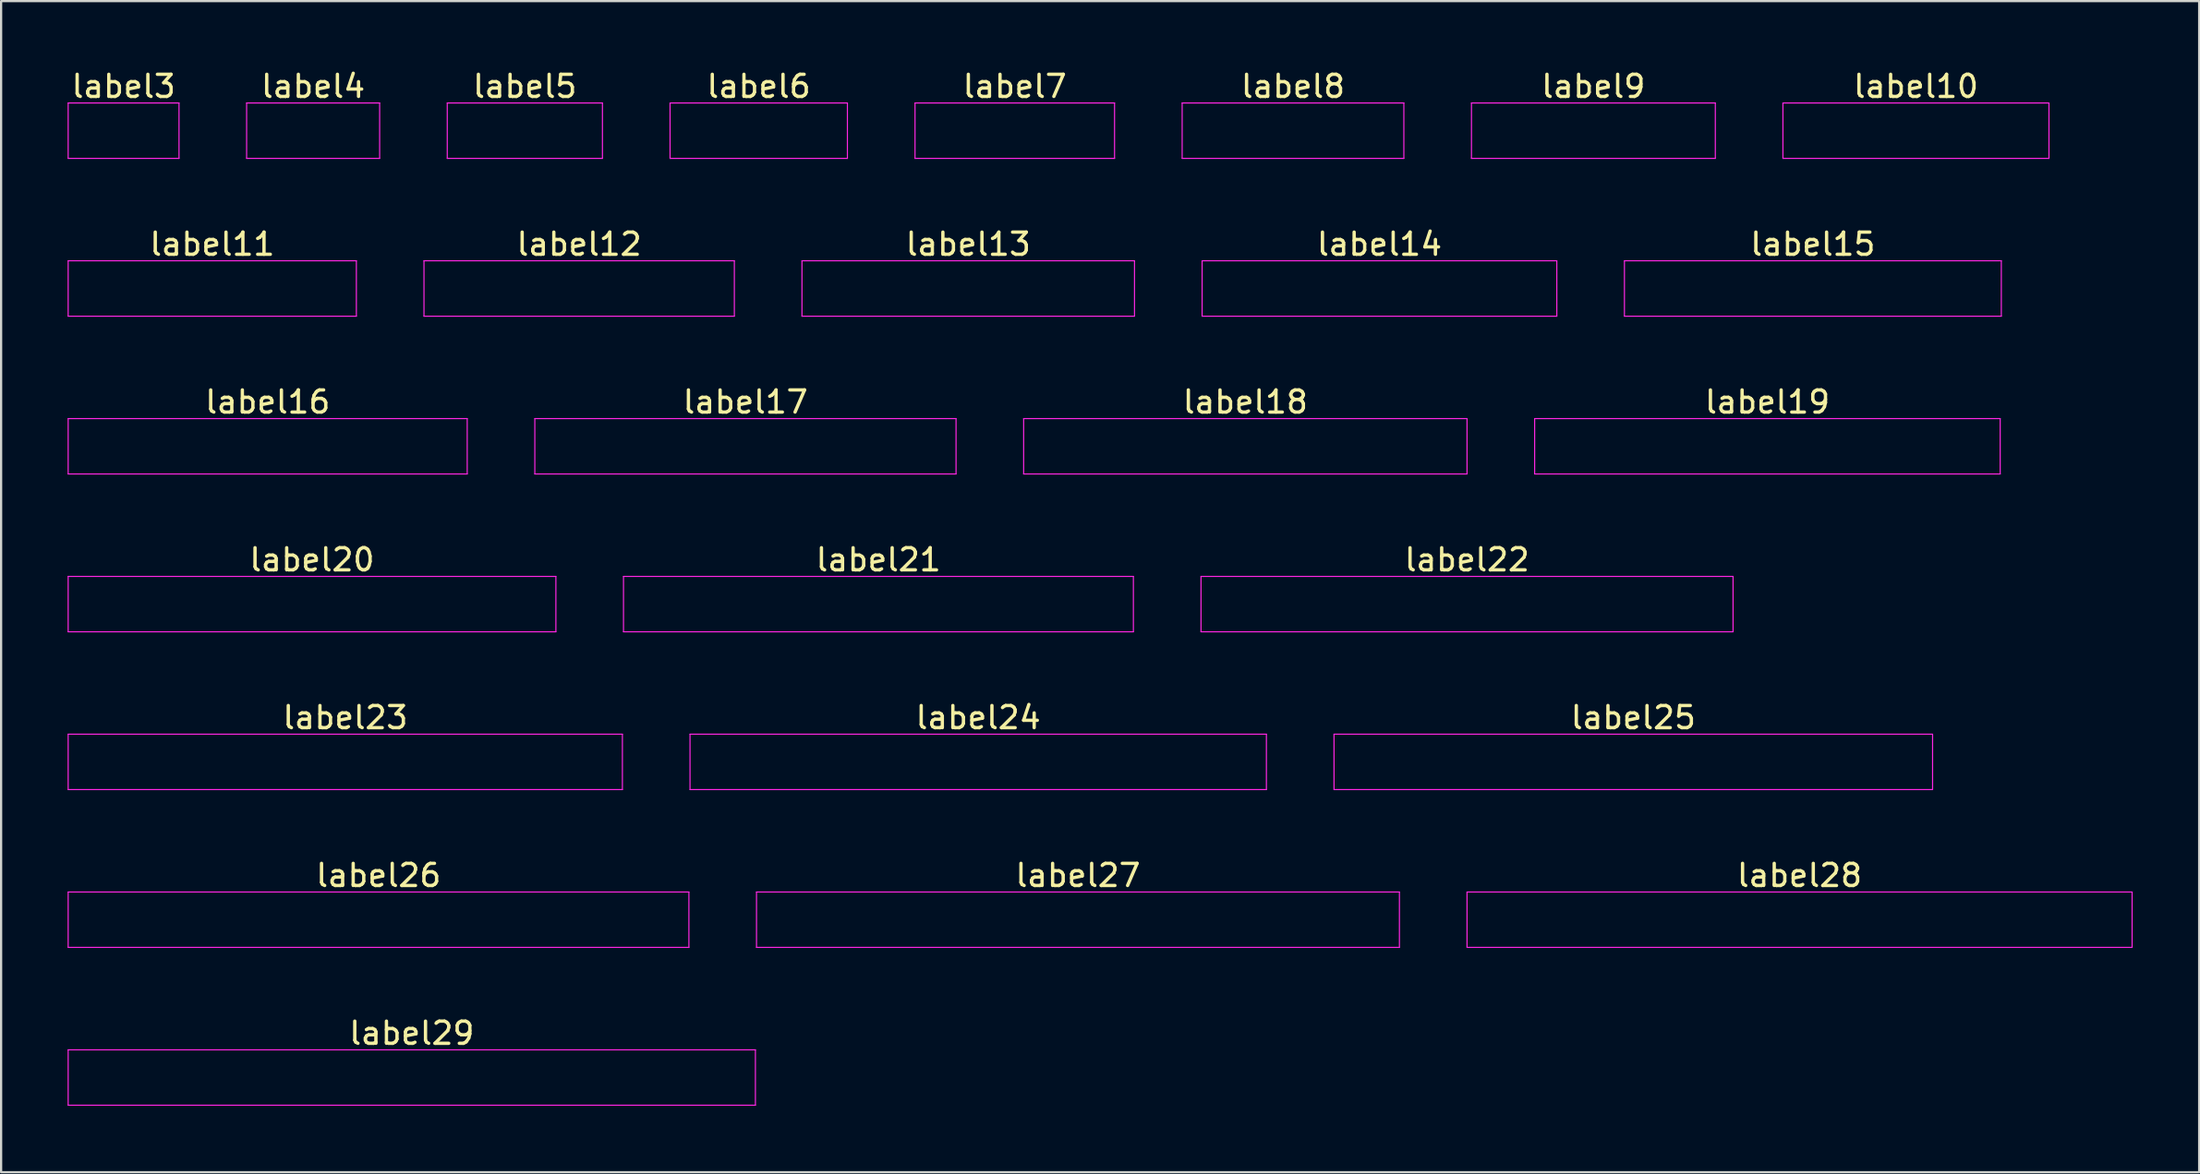
<source format=kicad_pcb>
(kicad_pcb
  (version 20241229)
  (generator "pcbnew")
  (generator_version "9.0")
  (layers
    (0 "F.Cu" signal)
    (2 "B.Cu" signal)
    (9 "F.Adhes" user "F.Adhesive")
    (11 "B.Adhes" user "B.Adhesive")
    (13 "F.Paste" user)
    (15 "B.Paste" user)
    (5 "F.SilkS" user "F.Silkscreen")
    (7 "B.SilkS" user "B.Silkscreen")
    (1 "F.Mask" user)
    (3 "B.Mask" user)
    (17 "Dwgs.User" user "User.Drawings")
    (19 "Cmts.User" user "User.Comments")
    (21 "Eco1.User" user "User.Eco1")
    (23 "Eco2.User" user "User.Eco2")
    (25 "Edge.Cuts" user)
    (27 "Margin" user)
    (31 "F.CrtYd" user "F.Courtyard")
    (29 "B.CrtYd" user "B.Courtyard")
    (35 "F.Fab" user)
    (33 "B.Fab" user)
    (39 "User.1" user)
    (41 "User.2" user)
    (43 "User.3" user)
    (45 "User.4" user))
  (footprint "label7"
    (layer "F.Cu")
    (at 42.725 2.848)
    (property "Reference" "label7" (at 0 -2 0) (layer "F.SilkS") (effects (font (size 1 1) (thickness 0.15))))
    (attr through_hole)
    (fp_line (start -4.5 -1.25) (end -4.5 1.25) (stroke (width 0.05) (type solid)) (layer "F.CrtYd"))
    (fp_line (start -4.5 1.25) (end 4.5 1.25) (stroke (width 0.05) (type solid)) (layer "F.CrtYd"))
    (fp_line (start 4.5 -1.25) (end -4.5 -1.25) (stroke (width 0.05) (type solid)) (layer "F.CrtYd"))
    (fp_line (start 4.5 1.25) (end 4.5 -1.25) (stroke (width 0.05) (type solid)) (layer "F.CrtYd")))
  (footprint "label18"
    (layer "F.Cu")
    (at 53.125 17.095)
    (property "Reference" "label18" (at 0 -2 0) (layer "F.SilkS") (effects (font (size 1 1) (thickness 0.15))))
    (attr through_hole)
    (fp_line (start -10 -1.25) (end -10 1.25) (stroke (width 0.05) (type solid)) (layer "F.CrtYd"))
    (fp_line (start -10 1.25) (end 10 1.25) (stroke (width 0.05) (type solid)) (layer "F.CrtYd"))
    (fp_line (start 10 -1.25) (end -10 -1.25) (stroke (width 0.05) (type solid)) (layer "F.CrtYd"))
    (fp_line (start 10 1.25) (end 10 -1.25) (stroke (width 0.05) (type solid)) (layer "F.CrtYd")))
  (footprint "label21"
    (layer "F.Cu")
    (at 36.575 24.218)
    (property "Reference" "label21" (at 0 -2 0) (layer "F.SilkS") (effects (font (size 1 1) (thickness 0.15))))
    (attr through_hole)
    (fp_line (start -11.5 -1.25) (end -11.5 1.25) (stroke (width 0.05) (type solid)) (layer "F.CrtYd"))
    (fp_line (start -11.5 1.25) (end 11.5 1.25) (stroke (width 0.05) (type solid)) (layer "F.CrtYd"))
    (fp_line (start 11.5 -1.25) (end -11.5 -1.25) (stroke (width 0.05) (type solid)) (layer "F.CrtYd"))
    (fp_line (start 11.5 1.25) (end 11.5 -1.25) (stroke (width 0.05) (type solid)) (layer "F.CrtYd")))
  (footprint "label13"
    (layer "F.Cu")
    (at 40.625 9.972)
    (property "Reference" "label13" (at 0 -2 0) (layer "F.SilkS") (effects (font (size 1 1) (thickness 0.15))))
    (attr through_hole)
    (fp_line (start -7.5 -1.25) (end -7.5 1.25) (stroke (width 0.05) (type solid)) (layer "F.CrtYd"))
    (fp_line (start -7.5 1.25) (end 7.5 1.25) (stroke (width 0.05) (type solid)) (layer "F.CrtYd"))
    (fp_line (start 7.5 -1.25) (end -7.5 -1.25) (stroke (width 0.05) (type solid)) (layer "F.CrtYd"))
    (fp_line (start 7.5 1.25) (end 7.5 -1.25) (stroke (width 0.05) (type solid)) (layer "F.CrtYd")))
  (footprint "label11"
    (layer "F.Cu")
    (at 6.525 9.972)
    (property "Reference" "label11" (at 0 -2 0) (layer "F.SilkS") (effects (font (size 1 1) (thickness 0.15))))
    (attr through_hole)
    (fp_line (start -6.5 -1.25) (end -6.5 1.25) (stroke (width 0.05) (type solid)) (layer "F.CrtYd"))
    (fp_line (start -6.5 1.25) (end 6.5 1.25) (stroke (width 0.05) (type solid)) (layer "F.CrtYd"))
    (fp_line (start 6.5 -1.25) (end -6.5 -1.25) (stroke (width 0.05) (type solid)) (layer "F.CrtYd"))
    (fp_line (start 6.5 1.25) (end 6.5 -1.25) (stroke (width 0.05) (type solid)) (layer "F.CrtYd")))
  (footprint "label23"
    (layer "F.Cu")
    (at 12.525 31.341)
    (property "Reference" "label23" (at 0 -2 0) (layer "F.SilkS") (effects (font (size 1 1) (thickness 0.15))))
    (attr through_hole)
    (fp_line (start -12.5 -1.25) (end -12.5 1.25) (stroke (width 0.05) (type solid)) (layer "F.CrtYd"))
    (fp_line (start -12.5 1.25) (end 12.5 1.25) (stroke (width 0.05) (type solid)) (layer "F.CrtYd"))
    (fp_line (start 12.5 -1.25) (end -12.5 -1.25) (stroke (width 0.05) (type solid)) (layer "F.CrtYd"))
    (fp_line (start 12.5 1.25) (end 12.5 -1.25) (stroke (width 0.05) (type solid)) (layer "F.CrtYd")))
  (footprint "label10"
    (layer "F.Cu")
    (at 83.375 2.848)
    (property "Reference" "label10" (at 0 -2 0) (layer "F.SilkS") (effects (font (size 1 1) (thickness 0.15))))
    (attr through_hole)
    (fp_line (start -6 -1.25) (end -6 1.25) (stroke (width 0.05) (type solid)) (layer "F.CrtYd"))
    (fp_line (start -6 1.25) (end 6 1.25) (stroke (width 0.05) (type solid)) (layer "F.CrtYd"))
    (fp_line (start 6 -1.25) (end -6 -1.25) (stroke (width 0.05) (type solid)) (layer "F.CrtYd"))
    (fp_line (start 6 1.25) (end 6 -1.25) (stroke (width 0.05) (type solid)) (layer "F.CrtYd")))
  (footprint "label16"
    (layer "F.Cu")
    (at 9.025 17.095)
    (property "Reference" "label16" (at 0 -2 0) (layer "F.SilkS") (effects (font (size 1 1) (thickness 0.15))))
    (attr through_hole)
    (fp_line (start -9 -1.25) (end -9 1.25) (stroke (width 0.05) (type solid)) (layer "F.CrtYd"))
    (fp_line (start -9 1.25) (end 9 1.25) (stroke (width 0.05) (type solid)) (layer "F.CrtYd"))
    (fp_line (start 9 -1.25) (end -9 -1.25) (stroke (width 0.05) (type solid)) (layer "F.CrtYd"))
    (fp_line (start 9 1.25) (end 9 -1.25) (stroke (width 0.05) (type solid)) (layer "F.CrtYd")))
  (footprint "label19"
    (layer "F.Cu")
    (at 76.675 17.095)
    (property "Reference" "label19" (at 0 -2 0) (layer "F.SilkS") (effects (font (size 1 1) (thickness 0.15))))
    (attr through_hole)
    (fp_line (start -10.5 -1.25) (end -10.5 1.25) (stroke (width 0.05) (type solid)) (layer "F.CrtYd"))
    (fp_line (start -10.5 1.25) (end 10.5 1.25) (stroke (width 0.05) (type solid)) (layer "F.CrtYd"))
    (fp_line (start 10.5 -1.25) (end -10.5 -1.25) (stroke (width 0.05) (type solid)) (layer "F.CrtYd"))
    (fp_line (start 10.5 1.25) (end 10.5 -1.25) (stroke (width 0.05) (type solid)) (layer "F.CrtYd")))
  (footprint "label4"
    (layer "F.Cu")
    (at 11.075 2.848)
    (property "Reference" "label4" (at 0 -2 0) (layer "F.SilkS") (effects (font (size 1 1) (thickness 0.15))))
    (attr through_hole)
    (fp_line (start -3 -1.25) (end -3 1.25) (stroke (width 0.05) (type solid)) (layer "F.CrtYd"))
    (fp_line (start -3 1.25) (end 3 1.25) (stroke (width 0.05) (type solid)) (layer "F.CrtYd"))
    (fp_line (start 3 -1.25) (end -3 -1.25) (stroke (width 0.05) (type solid)) (layer "F.CrtYd"))
    (fp_line (start 3 1.25) (end 3 -1.25) (stroke (width 0.05) (type solid)) (layer "F.CrtYd")))
  (footprint "label15"
    (layer "F.Cu")
    (at 78.725 9.972)
    (property "Reference" "label15" (at 0 -2 0) (layer "F.SilkS") (effects (font (size 1 1) (thickness 0.15))))
    (attr through_hole)
    (fp_line (start -8.5 -1.25) (end -8.5 1.25) (stroke (width 0.05) (type solid)) (layer "F.CrtYd"))
    (fp_line (start -8.5 1.25) (end 8.5 1.25) (stroke (width 0.05) (type solid)) (layer "F.CrtYd"))
    (fp_line (start 8.5 -1.25) (end -8.5 -1.25) (stroke (width 0.05) (type solid)) (layer "F.CrtYd"))
    (fp_line (start 8.5 1.25) (end 8.5 -1.25) (stroke (width 0.05) (type solid)) (layer "F.CrtYd")))
  (footprint "label6"
    (layer "F.Cu")
    (at 31.175 2.848)
    (property "Reference" "label6" (at 0 -2 0) (layer "F.SilkS") (effects (font (size 1 1) (thickness 0.15))))
    (attr through_hole)
    (fp_line (start -4 -1.25) (end -4 1.25) (stroke (width 0.05) (type solid)) (layer "F.CrtYd"))
    (fp_line (start -4 1.25) (end 4 1.25) (stroke (width 0.05) (type solid)) (layer "F.CrtYd"))
    (fp_line (start 4 -1.25) (end -4 -1.25) (stroke (width 0.05) (type solid)) (layer "F.CrtYd"))
    (fp_line (start 4 1.25) (end 4 -1.25) (stroke (width 0.05) (type solid)) (layer "F.CrtYd")))
  (footprint "label24"
    (layer "F.Cu")
    (at 41.075 31.341)
    (property "Reference" "label24" (at 0 -2 0) (layer "F.SilkS") (effects (font (size 1 1) (thickness 0.15))))
    (attr through_hole)
    (fp_line (start -13 -1.25) (end -13 1.25) (stroke (width 0.05) (type solid)) (layer "F.CrtYd"))
    (fp_line (start -13 1.25) (end 13 1.25) (stroke (width 0.05) (type solid)) (layer "F.CrtYd"))
    (fp_line (start 13 -1.25) (end -13 -1.25) (stroke (width 0.05) (type solid)) (layer "F.CrtYd"))
    (fp_line (start 13 1.25) (end 13 -1.25) (stroke (width 0.05) (type solid)) (layer "F.CrtYd")))
  (footprint "label14"
    (layer "F.Cu")
    (at 59.175 9.972)
    (property "Reference" "label14" (at 0 -2 0) (layer "F.SilkS") (effects (font (size 1 1) (thickness 0.15))))
    (attr through_hole)
    (fp_line (start -8 -1.25) (end -8 1.25) (stroke (width 0.05) (type solid)) (layer "F.CrtYd"))
    (fp_line (start -8 1.25) (end 8 1.25) (stroke (width 0.05) (type solid)) (layer "F.CrtYd"))
    (fp_line (start 8 -1.25) (end -8 -1.25) (stroke (width 0.05) (type solid)) (layer "F.CrtYd"))
    (fp_line (start 8 1.25) (end 8 -1.25) (stroke (width 0.05) (type solid)) (layer "F.CrtYd")))
  (footprint "label29"
    (layer "F.Cu")
    (at 15.525 45.588)
    (property "Reference" "label29" (at 0 -2 0) (layer "F.SilkS") (effects (font (size 1 1) (thickness 0.15))))
    (attr through_hole)
    (fp_line (start -15.5 -1.25) (end -15.5 1.25) (stroke (width 0.05) (type solid)) (layer "F.CrtYd"))
    (fp_line (start -15.5 1.25) (end 15.5 1.25) (stroke (width 0.05) (type solid)) (layer "F.CrtYd"))
    (fp_line (start 15.5 -1.25) (end -15.5 -1.25) (stroke (width 0.05) (type solid)) (layer "F.CrtYd"))
    (fp_line (start 15.5 1.25) (end 15.5 -1.25) (stroke (width 0.05) (type solid)) (layer "F.CrtYd")))
  (footprint "label28"
    (layer "F.Cu")
    (at 78.125 38.465)
    (property "Reference" "label28" (at 0 -2 0) (layer "F.SilkS") (effects (font (size 1 1) (thickness 0.15))))
    (attr through_hole)
    (fp_line (start -15 -1.25) (end -15 1.25) (stroke (width 0.05) (type solid)) (layer "F.CrtYd"))
    (fp_line (start -15 1.25) (end 15 1.25) (stroke (width 0.05) (type solid)) (layer "F.CrtYd"))
    (fp_line (start 15 -1.25) (end -15 -1.25) (stroke (width 0.05) (type solid)) (layer "F.CrtYd"))
    (fp_line (start 15 1.25) (end 15 -1.25) (stroke (width 0.05) (type solid)) (layer "F.CrtYd")))
  (footprint "label20"
    (layer "F.Cu")
    (at 11.025 24.218)
    (property "Reference" "label20" (at 0 -2 0) (layer "F.SilkS") (effects (font (size 1 1) (thickness 0.15))))
    (attr through_hole)
    (fp_line (start -11 -1.25) (end -11 1.25) (stroke (width 0.05) (type solid)) (layer "F.CrtYd"))
    (fp_line (start -11 1.25) (end 11 1.25) (stroke (width 0.05) (type solid)) (layer "F.CrtYd"))
    (fp_line (start 11 -1.25) (end -11 -1.25) (stroke (width 0.05) (type solid)) (layer "F.CrtYd"))
    (fp_line (start 11 1.25) (end 11 -1.25) (stroke (width 0.05) (type solid)) (layer "F.CrtYd")))
  (footprint "label26"
    (layer "F.Cu")
    (at 14.025 38.465)
    (property "Reference" "label26" (at 0 -2 0) (layer "F.SilkS") (effects (font (size 1 1) (thickness 0.15))))
    (attr through_hole)
    (fp_line (start -14 -1.25) (end -14 1.25) (stroke (width 0.05) (type solid)) (layer "F.CrtYd"))
    (fp_line (start -14 1.25) (end 14 1.25) (stroke (width 0.05) (type solid)) (layer "F.CrtYd"))
    (fp_line (start 14 -1.25) (end -14 -1.25) (stroke (width 0.05) (type solid)) (layer "F.CrtYd"))
    (fp_line (start 14 1.25) (end 14 -1.25) (stroke (width 0.05) (type solid)) (layer "F.CrtYd")))
  (footprint "label25"
    (layer "F.Cu")
    (at 70.625 31.341)
    (property "Reference" "label25" (at 0 -2 0) (layer "F.SilkS") (effects (font (size 1 1) (thickness 0.15))))
    (attr through_hole)
    (fp_line (start -13.5 -1.25) (end -13.5 1.25) (stroke (width 0.05) (type solid)) (layer "F.CrtYd"))
    (fp_line (start -13.5 1.25) (end 13.5 1.25) (stroke (width 0.05) (type solid)) (layer "F.CrtYd"))
    (fp_line (start 13.5 -1.25) (end -13.5 -1.25) (stroke (width 0.05) (type solid)) (layer "F.CrtYd"))
    (fp_line (start 13.5 1.25) (end 13.5 -1.25) (stroke (width 0.05) (type solid)) (layer "F.CrtYd")))
  (footprint "label8"
    (layer "F.Cu")
    (at 55.275 2.848)
    (property "Reference" "label8" (at 0 -2 0) (layer "F.SilkS") (effects (font (size 1 1) (thickness 0.15))))
    (attr through_hole)
    (fp_line (start -5 -1.25) (end -5 1.25) (stroke (width 0.05) (type solid)) (layer "F.CrtYd"))
    (fp_line (start -5 1.25) (end 5 1.25) (stroke (width 0.05) (type solid)) (layer "F.CrtYd"))
    (fp_line (start 5 -1.25) (end -5 -1.25) (stroke (width 0.05) (type solid)) (layer "F.CrtYd"))
    (fp_line (start 5 1.25) (end 5 -1.25) (stroke (width 0.05) (type solid)) (layer "F.CrtYd")))
  (footprint "label9"
    (layer "F.Cu")
    (at 68.825 2.848)
    (property "Reference" "label9" (at 0 -2 0) (layer "F.SilkS") (effects (font (size 1 1) (thickness 0.15))))
    (attr through_hole)
    (fp_line (start -5.5 -1.25) (end -5.5 1.25) (stroke (width 0.05) (type solid)) (layer "F.CrtYd"))
    (fp_line (start -5.5 1.25) (end 5.5 1.25) (stroke (width 0.05) (type solid)) (layer "F.CrtYd"))
    (fp_line (start 5.5 -1.25) (end -5.5 -1.25) (stroke (width 0.05) (type solid)) (layer "F.CrtYd"))
    (fp_line (start 5.5 1.25) (end 5.5 -1.25) (stroke (width 0.05) (type solid)) (layer "F.CrtYd")))
  (footprint "label12"
    (layer "F.Cu")
    (at 23.075 9.972)
    (property "Reference" "label12" (at 0 -2 0) (layer "F.SilkS") (effects (font (size 1 1) (thickness 0.15))))
    (attr through_hole)
    (fp_line (start -7 -1.25) (end -7 1.25) (stroke (width 0.05) (type solid)) (layer "F.CrtYd"))
    (fp_line (start -7 1.25) (end 7 1.25) (stroke (width 0.05) (type solid)) (layer "F.CrtYd"))
    (fp_line (start 7 -1.25) (end -7 -1.25) (stroke (width 0.05) (type solid)) (layer "F.CrtYd"))
    (fp_line (start 7 1.25) (end 7 -1.25) (stroke (width 0.05) (type solid)) (layer "F.CrtYd")))
  (footprint "label27"
    (layer "F.Cu")
    (at 45.575 38.465)
    (property "Reference" "label27" (at 0 -2 0) (layer "F.SilkS") (effects (font (size 1 1) (thickness 0.15))))
    (attr through_hole)
    (fp_line (start -14.5 -1.25) (end -14.5 1.25) (stroke (width 0.05) (type solid)) (layer "F.CrtYd"))
    (fp_line (start -14.5 1.25) (end 14.5 1.25) (stroke (width 0.05) (type solid)) (layer "F.CrtYd"))
    (fp_line (start 14.5 -1.25) (end -14.5 -1.25) (stroke (width 0.05) (type solid)) (layer "F.CrtYd"))
    (fp_line (start 14.5 1.25) (end 14.5 -1.25) (stroke (width 0.05) (type solid)) (layer "F.CrtYd")))
  (footprint "label5"
    (layer "F.Cu")
    (at 20.625 2.848)
    (property "Reference" "label5" (at 0 -2 0) (layer "F.SilkS") (effects (font (size 1 1) (thickness 0.15))))
    (attr through_hole)
    (fp_line (start -3.5 -1.25) (end -3.5 1.25) (stroke (width 0.05) (type solid)) (layer "F.CrtYd"))
    (fp_line (start -3.5 1.25) (end 3.5 1.25) (stroke (width 0.05) (type solid)) (layer "F.CrtYd"))
    (fp_line (start 3.5 -1.25) (end -3.5 -1.25) (stroke (width 0.05) (type solid)) (layer "F.CrtYd"))
    (fp_line (start 3.5 1.25) (end 3.5 -1.25) (stroke (width 0.05) (type solid)) (layer "F.CrtYd")))
  (footprint "label3"
    (layer "F.Cu")
    (at 2.525 2.848)
    (property "Reference" "label3" (at 0 -2 0) (layer "F.SilkS") (effects (font (size 1 1) (thickness 0.15))))
    (attr through_hole)
    (fp_line (start -2.5 -1.25) (end -2.5 1.25) (stroke (width 0.05) (type solid)) (layer "F.CrtYd"))
    (fp_line (start -2.5 1.25) (end 2.5 1.25) (stroke (width 0.05) (type solid)) (layer "F.CrtYd"))
    (fp_line (start 2.5 -1.25) (end -2.5 -1.25) (stroke (width 0.05) (type solid)) (layer "F.CrtYd"))
    (fp_line (start 2.5 1.25) (end 2.5 -1.25) (stroke (width 0.05) (type solid)) (layer "F.CrtYd")))
  (footprint "label17"
    (layer "F.Cu")
    (at 30.575 17.095)
    (property "Reference" "label17" (at 0 -2 0) (layer "F.SilkS") (effects (font (size 1 1) (thickness 0.15))))
    (attr through_hole)
    (fp_line (start -9.5 -1.25) (end -9.5 1.25) (stroke (width 0.05) (type solid)) (layer "F.CrtYd"))
    (fp_line (start -9.5 1.25) (end 9.5 1.25) (stroke (width 0.05) (type solid)) (layer "F.CrtYd"))
    (fp_line (start 9.5 -1.25) (end -9.5 -1.25) (stroke (width 0.05) (type solid)) (layer "F.CrtYd"))
    (fp_line (start 9.5 1.25) (end 9.5 -1.25) (stroke (width 0.05) (type solid)) (layer "F.CrtYd")))
  (footprint "label22"
    (layer "F.Cu")
    (at 63.125 24.218)
    (property "Reference" "label22" (at 0 -2 0) (layer "F.SilkS") (effects (font (size 1 1) (thickness 0.15))))
    (attr through_hole)
    (fp_line (start -12 -1.25) (end -12 1.25) (stroke (width 0.05) (type solid)) (layer "F.CrtYd"))
    (fp_line (start -12 1.25) (end 12 1.25) (stroke (width 0.05) (type solid)) (layer "F.CrtYd"))
    (fp_line (start 12 -1.25) (end -12 -1.25) (stroke (width 0.05) (type solid)) (layer "F.CrtYd"))
    (fp_line (start 12 1.25) (end 12 -1.25) (stroke (width 0.05) (type solid)) (layer "F.CrtYd")))
  (gr_rect
    (start -3 -3)
    (end 96.15 49.863)
    (stroke (width 0.1) (type default))
    (fill no)
    (layer "Edge.Cuts")))
</source>
